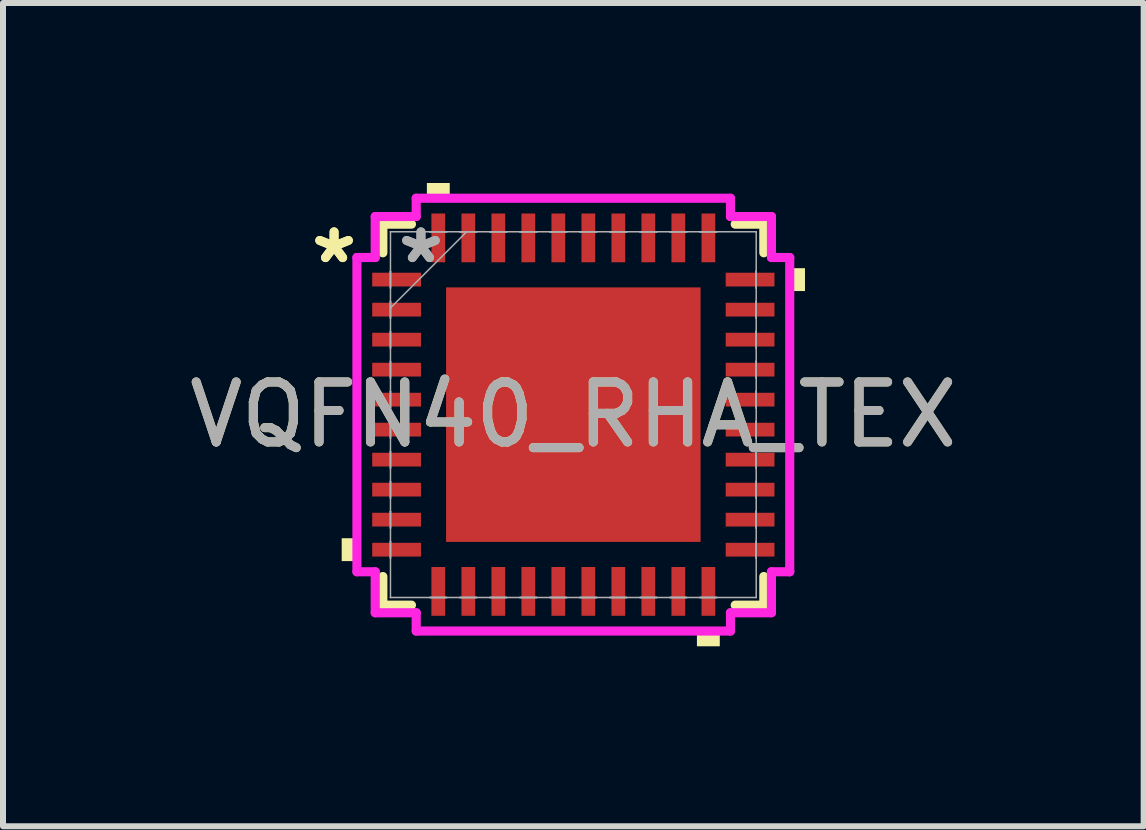
<source format=kicad_pcb>
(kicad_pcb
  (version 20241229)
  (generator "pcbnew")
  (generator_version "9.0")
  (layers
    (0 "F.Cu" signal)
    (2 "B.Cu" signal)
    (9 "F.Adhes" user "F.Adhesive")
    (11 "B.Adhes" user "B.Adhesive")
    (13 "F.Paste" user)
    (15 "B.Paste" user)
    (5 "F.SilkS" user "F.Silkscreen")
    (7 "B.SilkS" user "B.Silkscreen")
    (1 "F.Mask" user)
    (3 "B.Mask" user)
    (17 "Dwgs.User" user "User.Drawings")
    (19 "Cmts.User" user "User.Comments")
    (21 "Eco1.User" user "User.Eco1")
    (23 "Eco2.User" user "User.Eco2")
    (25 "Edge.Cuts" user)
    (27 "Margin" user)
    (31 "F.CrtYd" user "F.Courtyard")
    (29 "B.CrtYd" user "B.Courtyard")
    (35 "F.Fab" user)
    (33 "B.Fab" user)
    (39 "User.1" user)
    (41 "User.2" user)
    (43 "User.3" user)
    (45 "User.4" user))
  (footprint "VQFN40_RHA_TEX"
    (layer "F.Cu")
    (at 6.506 3.861)
    (property "Reference" "VQFN40_RHA_TEX" (at 0 0 0) (unlocked yes) (layer "F.SilkS") (effects (font (size 1 1) (thickness 0.15))))
    (attr smd)
    (fp_line (start -3.175 -3.175) (end -3.175 -2.698) (stroke (width 0.152) (type solid)) (layer "F.SilkS"))
    (fp_line (start -3.175 2.698) (end -3.175 3.175) (stroke (width 0.152) (type solid)) (layer "F.SilkS"))
    (fp_line (start -3.175 3.175) (end -2.698 3.175) (stroke (width 0.152) (type solid)) (layer "F.SilkS"))
    (fp_line (start -2.698 -3.175) (end -3.175 -3.175) (stroke (width 0.152) (type solid)) (layer "F.SilkS"))
    (fp_line (start 2.698 3.175) (end 3.175 3.175) (stroke (width 0.152) (type solid)) (layer "F.SilkS"))
    (fp_line (start 3.175 -3.175) (end 2.698 -3.175) (stroke (width 0.152) (type solid)) (layer "F.SilkS"))
    (fp_line (start 3.175 -2.698) (end 3.175 -3.175) (stroke (width 0.152) (type solid)) (layer "F.SilkS"))
    (fp_line (start 3.175 3.175) (end 3.175 2.698) (stroke (width 0.152) (type solid)) (layer "F.SilkS"))
    (fp_poly (pts (xy -3.861 2.06) (xy -3.861 2.441) (xy -3.607 2.441) (xy -3.607 2.06)) (stroke (width 0) (type solid)) (fill yes) (layer "F.SilkS"))
    (fp_poly (pts (xy -2.441 -3.607) (xy -2.441 -3.861) (xy -2.06 -3.861) (xy -2.06 -3.607)) (stroke (width 0) (type solid)) (fill yes) (layer "F.SilkS"))
    (fp_poly (pts (xy 2.06 3.607) (xy 2.06 3.861) (xy 2.441 3.861) (xy 2.441 3.607)) (stroke (width 0) (type solid)) (fill yes) (layer "F.SilkS"))
    (fp_poly (pts (xy 3.861 -2.441) (xy 3.861 -2.06) (xy 3.607 -2.06) (xy 3.607 -2.441)) (stroke (width 0) (type solid)) (fill yes) (layer "F.SilkS"))
    (fp_poly (pts (xy -2.021 -2.021) (xy -2.021 -0.807) (xy -0.807 -0.807) (xy -0.807 -2.021)) (stroke (width 0) (type solid)) (fill yes) (layer "F.Paste"))
    (fp_poly (pts (xy -2.021 -0.607) (xy -2.021 0.607) (xy -0.807 0.607) (xy -0.807 -0.607)) (stroke (width 0) (type solid)) (fill yes) (layer "F.Paste"))
    (fp_poly (pts (xy -2.021 0.807) (xy -2.021 2.021) (xy -0.807 2.021) (xy -0.807 0.807)) (stroke (width 0) (type solid)) (fill yes) (layer "F.Paste"))
    (fp_poly (pts (xy -0.607 -2.021) (xy -0.607 -0.807) (xy 0.607 -0.807) (xy 0.607 -2.021)) (stroke (width 0) (type solid)) (fill yes) (layer "F.Paste"))
    (fp_poly (pts (xy -0.607 -0.607) (xy -0.607 0.607) (xy 0.607 0.607) (xy 0.607 -0.607)) (stroke (width 0) (type solid)) (fill yes) (layer "F.Paste"))
    (fp_poly (pts (xy -0.607 0.807) (xy -0.607 2.021) (xy 0.607 2.021) (xy 0.607 0.807)) (stroke (width 0) (type solid)) (fill yes) (layer "F.Paste"))
    (fp_poly (pts (xy 0.807 -2.021) (xy 0.807 -0.807) (xy 2.021 -0.807) (xy 2.021 -2.021)) (stroke (width 0) (type solid)) (fill yes) (layer "F.Paste"))
    (fp_poly (pts (xy 0.807 -0.607) (xy 0.807 0.607) (xy 2.021 0.607) (xy 2.021 -0.607)) (stroke (width 0) (type solid)) (fill yes) (layer "F.Paste"))
    (fp_poly (pts (xy 0.807 0.807) (xy 0.807 2.021) (xy 2.021 2.021) (xy 2.021 0.807)) (stroke (width 0) (type solid)) (fill yes) (layer "F.Paste"))
    (fp_line (start -3.607 -2.619) (end -3.302 -2.619) (stroke (width 0.152) (type solid)) (layer "F.CrtYd"))
    (fp_line (start -3.607 2.619) (end -3.607 -2.619) (stroke (width 0.152) (type solid)) (layer "F.CrtYd"))
    (fp_line (start -3.302 -3.302) (end -2.619 -3.302) (stroke (width 0.152) (type solid)) (layer "F.CrtYd"))
    (fp_line (start -3.302 -2.619) (end -3.302 -3.302) (stroke (width 0.152) (type solid)) (layer "F.CrtYd"))
    (fp_line (start -3.302 2.619) (end -3.607 2.619) (stroke (width 0.152) (type solid)) (layer "F.CrtYd"))
    (fp_line (start -3.302 3.302) (end -3.302 2.619) (stroke (width 0.152) (type solid)) (layer "F.CrtYd"))
    (fp_line (start -2.619 -3.607) (end 2.619 -3.607) (stroke (width 0.152) (type solid)) (layer "F.CrtYd"))
    (fp_line (start -2.619 -3.302) (end -2.619 -3.607) (stroke (width 0.152) (type solid)) (layer "F.CrtYd"))
    (fp_line (start -2.619 3.302) (end -3.302 3.302) (stroke (width 0.152) (type solid)) (layer "F.CrtYd"))
    (fp_line (start -2.619 3.607) (end -2.619 3.302) (stroke (width 0.152) (type solid)) (layer "F.CrtYd"))
    (fp_line (start 2.619 -3.607) (end 2.619 -3.302) (stroke (width 0.152) (type solid)) (layer "F.CrtYd"))
    (fp_line (start 2.619 -3.302) (end 3.302 -3.302) (stroke (width 0.152) (type solid)) (layer "F.CrtYd"))
    (fp_line (start 2.619 3.302) (end 2.619 3.607) (stroke (width 0.152) (type solid)) (layer "F.CrtYd"))
    (fp_line (start 2.619 3.607) (end -2.619 3.607) (stroke (width 0.152) (type solid)) (layer "F.CrtYd"))
    (fp_line (start 3.302 -3.302) (end 3.302 -2.619) (stroke (width 0.152) (type solid)) (layer "F.CrtYd"))
    (fp_line (start 3.302 -2.619) (end 3.607 -2.619) (stroke (width 0.152) (type solid)) (layer "F.CrtYd"))
    (fp_line (start 3.302 2.619) (end 3.302 3.302) (stroke (width 0.152) (type solid)) (layer "F.CrtYd"))
    (fp_line (start 3.302 3.302) (end 2.619 3.302) (stroke (width 0.152) (type solid)) (layer "F.CrtYd"))
    (fp_line (start 3.607 -2.619) (end 3.607 2.619) (stroke (width 0.152) (type solid)) (layer "F.CrtYd"))
    (fp_line (start 3.607 2.619) (end 3.302 2.619) (stroke (width 0.152) (type solid)) (layer "F.CrtYd"))
    (fp_line (start -3.048 -3.048) (end -3.048 -3.048) (stroke (width 0.025) (type solid)) (layer "F.Fab"))
    (fp_line (start -3.048 -3.048) (end -3.048 3.048) (stroke (width 0.025) (type solid)) (layer "F.Fab"))
    (fp_line (start -3.048 -2.39) (end -3.048 -2.39) (stroke (width 0.025) (type solid)) (layer "F.Fab"))
    (fp_line (start -3.048 -2.39) (end -3.048 -2.111) (stroke (width 0.025) (type solid)) (layer "F.Fab"))
    (fp_line (start -3.048 -2.111) (end -3.048 -2.39) (stroke (width 0.025) (type solid)) (layer "F.Fab"))
    (fp_line (start -3.048 -2.111) (end -3.048 -2.111) (stroke (width 0.025) (type solid)) (layer "F.Fab"))
    (fp_line (start -3.048 -1.89) (end -3.048 -1.89) (stroke (width 0.025) (type solid)) (layer "F.Fab"))
    (fp_line (start -3.048 -1.89) (end -3.048 -1.611) (stroke (width 0.025) (type solid)) (layer "F.Fab"))
    (fp_line (start -3.048 -1.778) (end -1.778 -3.048) (stroke (width 0.025) (type solid)) (layer "F.Fab"))
    (fp_line (start -3.048 -1.611) (end -3.048 -1.89) (stroke (width 0.025) (type solid)) (layer "F.Fab"))
    (fp_line (start -3.048 -1.611) (end -3.048 -1.611) (stroke (width 0.025) (type solid)) (layer "F.Fab"))
    (fp_line (start -3.048 -1.39) (end -3.048 -1.39) (stroke (width 0.025) (type solid)) (layer "F.Fab"))
    (fp_line (start -3.048 -1.39) (end -3.048 -1.111) (stroke (width 0.025) (type solid)) (layer "F.Fab"))
    (fp_line (start -3.048 -1.111) (end -3.048 -1.39) (stroke (width 0.025) (type solid)) (layer "F.Fab"))
    (fp_line (start -3.048 -1.111) (end -3.048 -1.111) (stroke (width 0.025) (type solid)) (layer "F.Fab"))
    (fp_line (start -3.048 -0.89) (end -3.048 -0.89) (stroke (width 0.025) (type solid)) (layer "F.Fab"))
    (fp_line (start -3.048 -0.89) (end -3.048 -0.61) (stroke (width 0.025) (type solid)) (layer "F.Fab"))
    (fp_line (start -3.048 -0.61) (end -3.048 -0.89) (stroke (width 0.025) (type solid)) (layer "F.Fab"))
    (fp_line (start -3.048 -0.61) (end -3.048 -0.61) (stroke (width 0.025) (type solid)) (layer "F.Fab"))
    (fp_line (start -3.048 -0.39) (end -3.048 -0.39) (stroke (width 0.025) (type solid)) (layer "F.Fab"))
    (fp_line (start -3.048 -0.39) (end -3.048 -0.11) (stroke (width 0.025) (type solid)) (layer "F.Fab"))
    (fp_line (start -3.048 -0.11) (end -3.048 -0.39) (stroke (width 0.025) (type solid)) (layer "F.Fab"))
    (fp_line (start -3.048 -0.11) (end -3.048 -0.11) (stroke (width 0.025) (type solid)) (layer "F.Fab"))
    (fp_line (start -3.048 0.11) (end -3.048 0.11) (stroke (width 0.025) (type solid)) (layer "F.Fab"))
    (fp_line (start -3.048 0.11) (end -3.048 0.39) (stroke (width 0.025) (type solid)) (layer "F.Fab"))
    (fp_line (start -3.048 0.39) (end -3.048 0.11) (stroke (width 0.025) (type solid)) (layer "F.Fab"))
    (fp_line (start -3.048 0.39) (end -3.048 0.39) (stroke (width 0.025) (type solid)) (layer "F.Fab"))
    (fp_line (start -3.048 0.61) (end -3.048 0.61) (stroke (width 0.025) (type solid)) (layer "F.Fab"))
    (fp_line (start -3.048 0.61) (end -3.048 0.89) (stroke (width 0.025) (type solid)) (layer "F.Fab"))
    (fp_line (start -3.048 0.89) (end -3.048 0.61) (stroke (width 0.025) (type solid)) (layer "F.Fab"))
    (fp_line (start -3.048 0.89) (end -3.048 0.89) (stroke (width 0.025) (type solid)) (layer "F.Fab"))
    (fp_line (start -3.048 1.111) (end -3.048 1.111) (stroke (width 0.025) (type solid)) (layer "F.Fab"))
    (fp_line (start -3.048 1.111) (end -3.048 1.39) (stroke (width 0.025) (type solid)) (layer "F.Fab"))
    (fp_line (start -3.048 1.39) (end -3.048 1.111) (stroke (width 0.025) (type solid)) (layer "F.Fab"))
    (fp_line (start -3.048 1.39) (end -3.048 1.39) (stroke (width 0.025) (type solid)) (layer "F.Fab"))
    (fp_line (start -3.048 1.611) (end -3.048 1.611) (stroke (width 0.025) (type solid)) (layer "F.Fab"))
    (fp_line (start -3.048 1.611) (end -3.048 1.89) (stroke (width 0.025) (type solid)) (layer "F.Fab"))
    (fp_line (start -3.048 1.89) (end -3.048 1.611) (stroke (width 0.025) (type solid)) (layer "F.Fab"))
    (fp_line (start -3.048 1.89) (end -3.048 1.89) (stroke (width 0.025) (type solid)) (layer "F.Fab"))
    (fp_line (start -3.048 2.111) (end -3.048 2.111) (stroke (width 0.025) (type solid)) (layer "F.Fab"))
    (fp_line (start -3.048 2.111) (end -3.048 2.39) (stroke (width 0.025) (type solid)) (layer "F.Fab"))
    (fp_line (start -3.048 2.39) (end -3.048 2.111) (stroke (width 0.025) (type solid)) (layer "F.Fab"))
    (fp_line (start -3.048 2.39) (end -3.048 2.39) (stroke (width 0.025) (type solid)) (layer "F.Fab"))
    (fp_line (start -3.048 3.048) (end -3.048 3.048) (stroke (width 0.025) (type solid)) (layer "F.Fab"))
    (fp_line (start -3.048 3.048) (end 3.048 3.048) (stroke (width 0.025) (type solid)) (layer "F.Fab"))
    (fp_line (start -2.39 -3.048) (end -2.39 -3.048) (stroke (width 0.025) (type solid)) (layer "F.Fab"))
    (fp_line (start -2.39 -3.048) (end -2.111 -3.048) (stroke (width 0.025) (type solid)) (layer "F.Fab"))
    (fp_line (start -2.39 3.048) (end -2.39 3.048) (stroke (width 0.025) (type solid)) (layer "F.Fab"))
    (fp_line (start -2.39 3.048) (end -2.111 3.048) (stroke (width 0.025) (type solid)) (layer "F.Fab"))
    (fp_line (start -2.111 -3.048) (end -2.39 -3.048) (stroke (width 0.025) (type solid)) (layer "F.Fab"))
    (fp_line (start -2.111 -3.048) (end -2.111 -3.048) (stroke (width 0.025) (type solid)) (layer "F.Fab"))
    (fp_line (start -2.111 3.048) (end -2.39 3.048) (stroke (width 0.025) (type solid)) (layer "F.Fab"))
    (fp_line (start -2.111 3.048) (end -2.111 3.048) (stroke (width 0.025) (type solid)) (layer "F.Fab"))
    (fp_line (start -1.89 -3.048) (end -1.89 -3.048) (stroke (width 0.025) (type solid)) (layer "F.Fab"))
    (fp_line (start -1.89 -3.048) (end -1.611 -3.048) (stroke (width 0.025) (type solid)) (layer "F.Fab"))
    (fp_line (start -1.89 3.048) (end -1.89 3.048) (stroke (width 0.025) (type solid)) (layer "F.Fab"))
    (fp_line (start -1.89 3.048) (end -1.611 3.048) (stroke (width 0.025) (type solid)) (layer "F.Fab"))
    (fp_line (start -1.611 -3.048) (end -1.89 -3.048) (stroke (width 0.025) (type solid)) (layer "F.Fab"))
    (fp_line (start -1.611 -3.048) (end -1.611 -3.048) (stroke (width 0.025) (type solid)) (layer "F.Fab"))
    (fp_line (start -1.611 3.048) (end -1.89 3.048) (stroke (width 0.025) (type solid)) (layer "F.Fab"))
    (fp_line (start -1.611 3.048) (end -1.611 3.048) (stroke (width 0.025) (type solid)) (layer "F.Fab"))
    (fp_line (start -1.39 -3.048) (end -1.39 -3.048) (stroke (width 0.025) (type solid)) (layer "F.Fab"))
    (fp_line (start -1.39 -3.048) (end -1.111 -3.048) (stroke (width 0.025) (type solid)) (layer "F.Fab"))
    (fp_line (start -1.39 3.048) (end -1.39 3.048) (stroke (width 0.025) (type solid)) (layer "F.Fab"))
    (fp_line (start -1.39 3.048) (end -1.111 3.048) (stroke (width 0.025) (type solid)) (layer "F.Fab"))
    (fp_line (start -1.111 -3.048) (end -1.39 -3.048) (stroke (width 0.025) (type solid)) (layer "F.Fab"))
    (fp_line (start -1.111 -3.048) (end -1.111 -3.048) (stroke (width 0.025) (type solid)) (layer "F.Fab"))
    (fp_line (start -1.111 3.048) (end -1.39 3.048) (stroke (width 0.025) (type solid)) (layer "F.Fab"))
    (fp_line (start -1.111 3.048) (end -1.111 3.048) (stroke (width 0.025) (type solid)) (layer "F.Fab"))
    (fp_line (start -0.89 -3.048) (end -0.89 -3.048) (stroke (width 0.025) (type solid)) (layer "F.Fab"))
    (fp_line (start -0.89 -3.048) (end -0.61 -3.048) (stroke (width 0.025) (type solid)) (layer "F.Fab"))
    (fp_line (start -0.89 3.048) (end -0.89 3.048) (stroke (width 0.025) (type solid)) (layer "F.Fab"))
    (fp_line (start -0.89 3.048) (end -0.61 3.048) (stroke (width 0.025) (type solid)) (layer "F.Fab"))
    (fp_line (start -0.61 -3.048) (end -0.89 -3.048) (stroke (width 0.025) (type solid)) (layer "F.Fab"))
    (fp_line (start -0.61 -3.048) (end -0.61 -3.048) (stroke (width 0.025) (type solid)) (layer "F.Fab"))
    (fp_line (start -0.61 3.048) (end -0.89 3.048) (stroke (width 0.025) (type solid)) (layer "F.Fab"))
    (fp_line (start -0.61 3.048) (end -0.61 3.048) (stroke (width 0.025) (type solid)) (layer "F.Fab"))
    (fp_line (start -0.39 -3.048) (end -0.39 -3.048) (stroke (width 0.025) (type solid)) (layer "F.Fab"))
    (fp_line (start -0.39 -3.048) (end -0.11 -3.048) (stroke (width 0.025) (type solid)) (layer "F.Fab"))
    (fp_line (start -0.39 3.048) (end -0.39 3.048) (stroke (width 0.025) (type solid)) (layer "F.Fab"))
    (fp_line (start -0.39 3.048) (end -0.11 3.048) (stroke (width 0.025) (type solid)) (layer "F.Fab"))
    (fp_line (start -0.11 -3.048) (end -0.39 -3.048) (stroke (width 0.025) (type solid)) (layer "F.Fab"))
    (fp_line (start -0.11 -3.048) (end -0.11 -3.048) (stroke (width 0.025) (type solid)) (layer "F.Fab"))
    (fp_line (start -0.11 3.048) (end -0.39 3.048) (stroke (width 0.025) (type solid)) (layer "F.Fab"))
    (fp_line (start -0.11 3.048) (end -0.11 3.048) (stroke (width 0.025) (type solid)) (layer "F.Fab"))
    (fp_line (start 0.11 -3.048) (end 0.11 -3.048) (stroke (width 0.025) (type solid)) (layer "F.Fab"))
    (fp_line (start 0.11 -3.048) (end 0.39 -3.048) (stroke (width 0.025) (type solid)) (layer "F.Fab"))
    (fp_line (start 0.11 3.048) (end 0.11 3.048) (stroke (width 0.025) (type solid)) (layer "F.Fab"))
    (fp_line (start 0.11 3.048) (end 0.39 3.048) (stroke (width 0.025) (type solid)) (layer "F.Fab"))
    (fp_line (start 0.39 -3.048) (end 0.11 -3.048) (stroke (width 0.025) (type solid)) (layer "F.Fab"))
    (fp_line (start 0.39 -3.048) (end 0.39 -3.048) (stroke (width 0.025) (type solid)) (layer "F.Fab"))
    (fp_line (start 0.39 3.048) (end 0.11 3.048) (stroke (width 0.025) (type solid)) (layer "F.Fab"))
    (fp_line (start 0.39 3.048) (end 0.39 3.048) (stroke (width 0.025) (type solid)) (layer "F.Fab"))
    (fp_line (start 0.61 -3.048) (end 0.61 -3.048) (stroke (width 0.025) (type solid)) (layer "F.Fab"))
    (fp_line (start 0.61 -3.048) (end 0.89 -3.048) (stroke (width 0.025) (type solid)) (layer "F.Fab"))
    (fp_line (start 0.61 3.048) (end 0.61 3.048) (stroke (width 0.025) (type solid)) (layer "F.Fab"))
    (fp_line (start 0.61 3.048) (end 0.89 3.048) (stroke (width 0.025) (type solid)) (layer "F.Fab"))
    (fp_line (start 0.89 -3.048) (end 0.61 -3.048) (stroke (width 0.025) (type solid)) (layer "F.Fab"))
    (fp_line (start 0.89 -3.048) (end 0.89 -3.048) (stroke (width 0.025) (type solid)) (layer "F.Fab"))
    (fp_line (start 0.89 3.048) (end 0.61 3.048) (stroke (width 0.025) (type solid)) (layer "F.Fab"))
    (fp_line (start 0.89 3.048) (end 0.89 3.048) (stroke (width 0.025) (type solid)) (layer "F.Fab"))
    (fp_line (start 1.111 -3.048) (end 1.111 -3.048) (stroke (width 0.025) (type solid)) (layer "F.Fab"))
    (fp_line (start 1.111 -3.048) (end 1.39 -3.048) (stroke (width 0.025) (type solid)) (layer "F.Fab"))
    (fp_line (start 1.111 3.048) (end 1.111 3.048) (stroke (width 0.025) (type solid)) (layer "F.Fab"))
    (fp_line (start 1.111 3.048) (end 1.39 3.048) (stroke (width 0.025) (type solid)) (layer "F.Fab"))
    (fp_line (start 1.39 -3.048) (end 1.111 -3.048) (stroke (width 0.025) (type solid)) (layer "F.Fab"))
    (fp_line (start 1.39 -3.048) (end 1.39 -3.048) (stroke (width 0.025) (type solid)) (layer "F.Fab"))
    (fp_line (start 1.39 3.048) (end 1.111 3.048) (stroke (width 0.025) (type solid)) (layer "F.Fab"))
    (fp_line (start 1.39 3.048) (end 1.39 3.048) (stroke (width 0.025) (type solid)) (layer "F.Fab"))
    (fp_line (start 1.611 -3.048) (end 1.611 -3.048) (stroke (width 0.025) (type solid)) (layer "F.Fab"))
    (fp_line (start 1.611 -3.048) (end 1.89 -3.048) (stroke (width 0.025) (type solid)) (layer "F.Fab"))
    (fp_line (start 1.611 3.048) (end 1.611 3.048) (stroke (width 0.025) (type solid)) (layer "F.Fab"))
    (fp_line (start 1.611 3.048) (end 1.89 3.048) (stroke (width 0.025) (type solid)) (layer "F.Fab"))
    (fp_line (start 1.89 -3.048) (end 1.611 -3.048) (stroke (width 0.025) (type solid)) (layer "F.Fab"))
    (fp_line (start 1.89 -3.048) (end 1.89 -3.048) (stroke (width 0.025) (type solid)) (layer "F.Fab"))
    (fp_line (start 1.89 3.048) (end 1.611 3.048) (stroke (width 0.025) (type solid)) (layer "F.Fab"))
    (fp_line (start 1.89 3.048) (end 1.89 3.048) (stroke (width 0.025) (type solid)) (layer "F.Fab"))
    (fp_line (start 2.111 -3.048) (end 2.111 -3.048) (stroke (width 0.025) (type solid)) (layer "F.Fab"))
    (fp_line (start 2.111 -3.048) (end 2.39 -3.048) (stroke (width 0.025) (type solid)) (layer "F.Fab"))
    (fp_line (start 2.111 3.048) (end 2.111 3.048) (stroke (width 0.025) (type solid)) (layer "F.Fab"))
    (fp_line (start 2.111 3.048) (end 2.39 3.048) (stroke (width 0.025) (type solid)) (layer "F.Fab"))
    (fp_line (start 2.39 -3.048) (end 2.111 -3.048) (stroke (width 0.025) (type solid)) (layer "F.Fab"))
    (fp_line (start 2.39 -3.048) (end 2.39 -3.048) (stroke (width 0.025) (type solid)) (layer "F.Fab"))
    (fp_line (start 2.39 3.048) (end 2.111 3.048) (stroke (width 0.025) (type solid)) (layer "F.Fab"))
    (fp_line (start 2.39 3.048) (end 2.39 3.048) (stroke (width 0.025) (type solid)) (layer "F.Fab"))
    (fp_line (start 3.048 -3.048) (end -3.048 -3.048) (stroke (width 0.025) (type solid)) (layer "F.Fab"))
    (fp_line (start 3.048 -3.048) (end 3.048 -3.048) (stroke (width 0.025) (type solid)) (layer "F.Fab"))
    (fp_line (start 3.048 -2.39) (end 3.048 -2.39) (stroke (width 0.025) (type solid)) (layer "F.Fab"))
    (fp_line (start 3.048 -2.39) (end 3.048 -2.111) (stroke (width 0.025) (type solid)) (layer "F.Fab"))
    (fp_line (start 3.048 -2.111) (end 3.048 -2.39) (stroke (width 0.025) (type solid)) (layer "F.Fab"))
    (fp_line (start 3.048 -2.111) (end 3.048 -2.111) (stroke (width 0.025) (type solid)) (layer "F.Fab"))
    (fp_line (start 3.048 -1.89) (end 3.048 -1.89) (stroke (width 0.025) (type solid)) (layer "F.Fab"))
    (fp_line (start 3.048 -1.89) (end 3.048 -1.611) (stroke (width 0.025) (type solid)) (layer "F.Fab"))
    (fp_line (start 3.048 -1.611) (end 3.048 -1.89) (stroke (width 0.025) (type solid)) (layer "F.Fab"))
    (fp_line (start 3.048 -1.611) (end 3.048 -1.611) (stroke (width 0.025) (type solid)) (layer "F.Fab"))
    (fp_line (start 3.048 -1.39) (end 3.048 -1.39) (stroke (width 0.025) (type solid)) (layer "F.Fab"))
    (fp_line (start 3.048 -1.39) (end 3.048 -1.111) (stroke (width 0.025) (type solid)) (layer "F.Fab"))
    (fp_line (start 3.048 -1.111) (end 3.048 -1.39) (stroke (width 0.025) (type solid)) (layer "F.Fab"))
    (fp_line (start 3.048 -1.111) (end 3.048 -1.111) (stroke (width 0.025) (type solid)) (layer "F.Fab"))
    (fp_line (start 3.048 -0.89) (end 3.048 -0.89) (stroke (width 0.025) (type solid)) (layer "F.Fab"))
    (fp_line (start 3.048 -0.89) (end 3.048 -0.61) (stroke (width 0.025) (type solid)) (layer "F.Fab"))
    (fp_line (start 3.048 -0.61) (end 3.048 -0.89) (stroke (width 0.025) (type solid)) (layer "F.Fab"))
    (fp_line (start 3.048 -0.61) (end 3.048 -0.61) (stroke (width 0.025) (type solid)) (layer "F.Fab"))
    (fp_line (start 3.048 -0.39) (end 3.048 -0.39) (stroke (width 0.025) (type solid)) (layer "F.Fab"))
    (fp_line (start 3.048 -0.39) (end 3.048 -0.11) (stroke (width 0.025) (type solid)) (layer "F.Fab"))
    (fp_line (start 3.048 -0.11) (end 3.048 -0.39) (stroke (width 0.025) (type solid)) (layer "F.Fab"))
    (fp_line (start 3.048 -0.11) (end 3.048 -0.11) (stroke (width 0.025) (type solid)) (layer "F.Fab"))
    (fp_line (start 3.048 0.11) (end 3.048 0.11) (stroke (width 0.025) (type solid)) (layer "F.Fab"))
    (fp_line (start 3.048 0.11) (end 3.048 0.39) (stroke (width 0.025) (type solid)) (layer "F.Fab"))
    (fp_line (start 3.048 0.39) (end 3.048 0.11) (stroke (width 0.025) (type solid)) (layer "F.Fab"))
    (fp_line (start 3.048 0.39) (end 3.048 0.39) (stroke (width 0.025) (type solid)) (layer "F.Fab"))
    (fp_line (start 3.048 0.61) (end 3.048 0.61) (stroke (width 0.025) (type solid)) (layer "F.Fab"))
    (fp_line (start 3.048 0.61) (end 3.048 0.89) (stroke (width 0.025) (type solid)) (layer "F.Fab"))
    (fp_line (start 3.048 0.89) (end 3.048 0.61) (stroke (width 0.025) (type solid)) (layer "F.Fab"))
    (fp_line (start 3.048 0.89) (end 3.048 0.89) (stroke (width 0.025) (type solid)) (layer "F.Fab"))
    (fp_line (start 3.048 1.111) (end 3.048 1.111) (stroke (width 0.025) (type solid)) (layer "F.Fab"))
    (fp_line (start 3.048 1.111) (end 3.048 1.39) (stroke (width 0.025) (type solid)) (layer "F.Fab"))
    (fp_line (start 3.048 1.39) (end 3.048 1.111) (stroke (width 0.025) (type solid)) (layer "F.Fab"))
    (fp_line (start 3.048 1.39) (end 3.048 1.39) (stroke (width 0.025) (type solid)) (layer "F.Fab"))
    (fp_line (start 3.048 1.611) (end 3.048 1.611) (stroke (width 0.025) (type solid)) (layer "F.Fab"))
    (fp_line (start 3.048 1.611) (end 3.048 1.89) (stroke (width 0.025) (type solid)) (layer "F.Fab"))
    (fp_line (start 3.048 1.89) (end 3.048 1.611) (stroke (width 0.025) (type solid)) (layer "F.Fab"))
    (fp_line (start 3.048 1.89) (end 3.048 1.89) (stroke (width 0.025) (type solid)) (layer "F.Fab"))
    (fp_line (start 3.048 2.111) (end 3.048 2.111) (stroke (width 0.025) (type solid)) (layer "F.Fab"))
    (fp_line (start 3.048 2.111) (end 3.048 2.39) (stroke (width 0.025) (type solid)) (layer "F.Fab"))
    (fp_line (start 3.048 2.39) (end 3.048 2.111) (stroke (width 0.025) (type solid)) (layer "F.Fab"))
    (fp_line (start 3.048 2.39) (end 3.048 2.39) (stroke (width 0.025) (type solid)) (layer "F.Fab"))
    (fp_line (start 3.048 3.048) (end 3.048 -3.048) (stroke (width 0.025) (type solid)) (layer "F.Fab"))
    (fp_line (start 3.048 3.048) (end 3.048 3.048) (stroke (width 0.025) (type solid)) (layer "F.Fab"))
    (fp_text user "*" (at -3.988 -2.501 0) (unlocked yes) (layer "F.SilkS") (effects (font (size 1 1) (thickness 0.15))))
    (fp_text user "*" (at -3.988 -2.501 0) (layer "F.SilkS") (effects (font (size 1 1) (thickness 0.15))))
    (fp_text user "${REFERENCE}" (at 0 0 0) (unlocked yes) (layer "F.Fab") (effects (font (size 1 1) (thickness 0.15))))
    (fp_text user "*" (at -2.54 -2.501 0) (unlocked yes) (layer "F.Fab") (effects (font (size 1 1) (thickness 0.15))))
    (fp_text user "*" (at -2.54 -2.501 0) (layer "F.Fab") (effects (font (size 1 1) (thickness 0.15))))
    (pad "1" smd rect (at -2.946 -2.251 90) (size 0.229 0.813) (layers "F.Cu" "F.Mask" "F.Paste"))
    (pad "2" smd rect (at -2.946 -1.75 90) (size 0.229 0.813) (layers "F.Cu" "F.Mask" "F.Paste"))
    (pad "3" smd rect (at -2.946 -1.25 90) (size 0.229 0.813) (layers "F.Cu" "F.Mask" "F.Paste"))
    (pad "4" smd rect (at -2.946 -0.75 90) (size 0.229 0.813) (layers "F.Cu" "F.Mask" "F.Paste"))
    (pad "5" smd rect (at -2.946 -0.25 90) (size 0.229 0.813) (layers "F.Cu" "F.Mask" "F.Paste"))
    (pad "6" smd rect (at -2.946 0.25 90) (size 0.229 0.813) (layers "F.Cu" "F.Mask" "F.Paste"))
    (pad "7" smd rect (at -2.946 0.75 90) (size 0.229 0.813) (layers "F.Cu" "F.Mask" "F.Paste"))
    (pad "8" smd rect (at -2.946 1.25 90) (size 0.229 0.813) (layers "F.Cu" "F.Mask" "F.Paste"))
    (pad "9" smd rect (at -2.946 1.75 90) (size 0.229 0.813) (layers "F.Cu" "F.Mask" "F.Paste"))
    (pad "10" smd rect (at -2.946 2.251 90) (size 0.229 0.813) (layers "F.Cu" "F.Mask" "F.Paste"))
    (pad "11" smd rect (at -2.251 2.946) (size 0.229 0.813) (layers "F.Cu" "F.Mask" "F.Paste"))
    (pad "12" smd rect (at -1.75 2.946) (size 0.229 0.813) (layers "F.Cu" "F.Mask" "F.Paste"))
    (pad "13" smd rect (at -1.25 2.946) (size 0.229 0.813) (layers "F.Cu" "F.Mask" "F.Paste"))
    (pad "14" smd rect (at -0.75 2.946) (size 0.229 0.813) (layers "F.Cu" "F.Mask" "F.Paste"))
    (pad "15" smd rect (at -0.25 2.946) (size 0.229 0.813) (layers "F.Cu" "F.Mask" "F.Paste"))
    (pad "16" smd rect (at 0.25 2.946) (size 0.229 0.813) (layers "F.Cu" "F.Mask" "F.Paste"))
    (pad "17" smd rect (at 0.75 2.946) (size 0.229 0.813) (layers "F.Cu" "F.Mask" "F.Paste"))
    (pad "18" smd rect (at 1.25 2.946) (size 0.229 0.813) (layers "F.Cu" "F.Mask" "F.Paste"))
    (pad "19" smd rect (at 1.75 2.946) (size 0.229 0.813) (layers "F.Cu" "F.Mask" "F.Paste"))
    (pad "20" smd rect (at 2.251 2.946) (size 0.229 0.813) (layers "F.Cu" "F.Mask" "F.Paste"))
    (pad "21" smd rect (at 2.946 2.251 90) (size 0.229 0.813) (layers "F.Cu" "F.Mask" "F.Paste"))
    (pad "22" smd rect (at 2.946 1.75 90) (size 0.229 0.813) (layers "F.Cu" "F.Mask" "F.Paste"))
    (pad "23" smd rect (at 2.946 1.25 90) (size 0.229 0.813) (layers "F.Cu" "F.Mask" "F.Paste"))
    (pad "24" smd rect (at 2.946 0.75 90) (size 0.229 0.813) (layers "F.Cu" "F.Mask" "F.Paste"))
    (pad "25" smd rect (at 2.946 0.25 90) (size 0.229 0.813) (layers "F.Cu" "F.Mask" "F.Paste"))
    (pad "26" smd rect (at 2.946 -0.25 90) (size 0.229 0.813) (layers "F.Cu" "F.Mask" "F.Paste"))
    (pad "27" smd rect (at 2.946 -0.75 90) (size 0.229 0.813) (layers "F.Cu" "F.Mask" "F.Paste"))
    (pad "28" smd rect (at 2.946 -1.25 90) (size 0.229 0.813) (layers "F.Cu" "F.Mask" "F.Paste"))
    (pad "29" smd rect (at 2.946 -1.75 90) (size 0.229 0.813) (layers "F.Cu" "F.Mask" "F.Paste"))
    (pad "30" smd rect (at 2.946 -2.251 90) (size 0.229 0.813) (layers "F.Cu" "F.Mask" "F.Paste"))
    (pad "31" smd rect (at 2.251 -2.946) (size 0.229 0.813) (layers "F.Cu" "F.Mask" "F.Paste"))
    (pad "32" smd rect (at 1.75 -2.946) (size 0.229 0.813) (layers "F.Cu" "F.Mask" "F.Paste"))
    (pad "33" smd rect (at 1.25 -2.946) (size 0.229 0.813) (layers "F.Cu" "F.Mask" "F.Paste"))
    (pad "34" smd rect (at 0.75 -2.946) (size 0.229 0.813) (layers "F.Cu" "F.Mask" "F.Paste"))
    (pad "35" smd rect (at 0.25 -2.946) (size 0.229 0.813) (layers "F.Cu" "F.Mask" "F.Paste"))
    (pad "36" smd rect (at -0.25 -2.946) (size 0.229 0.813) (layers "F.Cu" "F.Mask" "F.Paste"))
    (pad "37" smd rect (at -0.75 -2.946) (size 0.229 0.813) (layers "F.Cu" "F.Mask" "F.Paste"))
    (pad "38" smd rect (at -1.25 -2.946) (size 0.229 0.813) (layers "F.Cu" "F.Mask" "F.Paste"))
    (pad "39" smd rect (at -1.75 -2.946) (size 0.229 0.813) (layers "F.Cu" "F.Mask" "F.Paste"))
    (pad "40" smd rect (at -2.251 -2.946) (size 0.229 0.813) (layers "F.Cu" "F.Mask" "F.Paste"))
    (pad "41" smd rect (at 0 0) (size 4.242 4.242) (layers "F.Cu" "F.Mask" "F.Paste")))
  (gr_rect
    (start -3 -3)
    (end 16.012 10.722)
    (stroke (width 0.1) (type default))
    (fill no)
    (layer "Edge.Cuts")))
</source>
